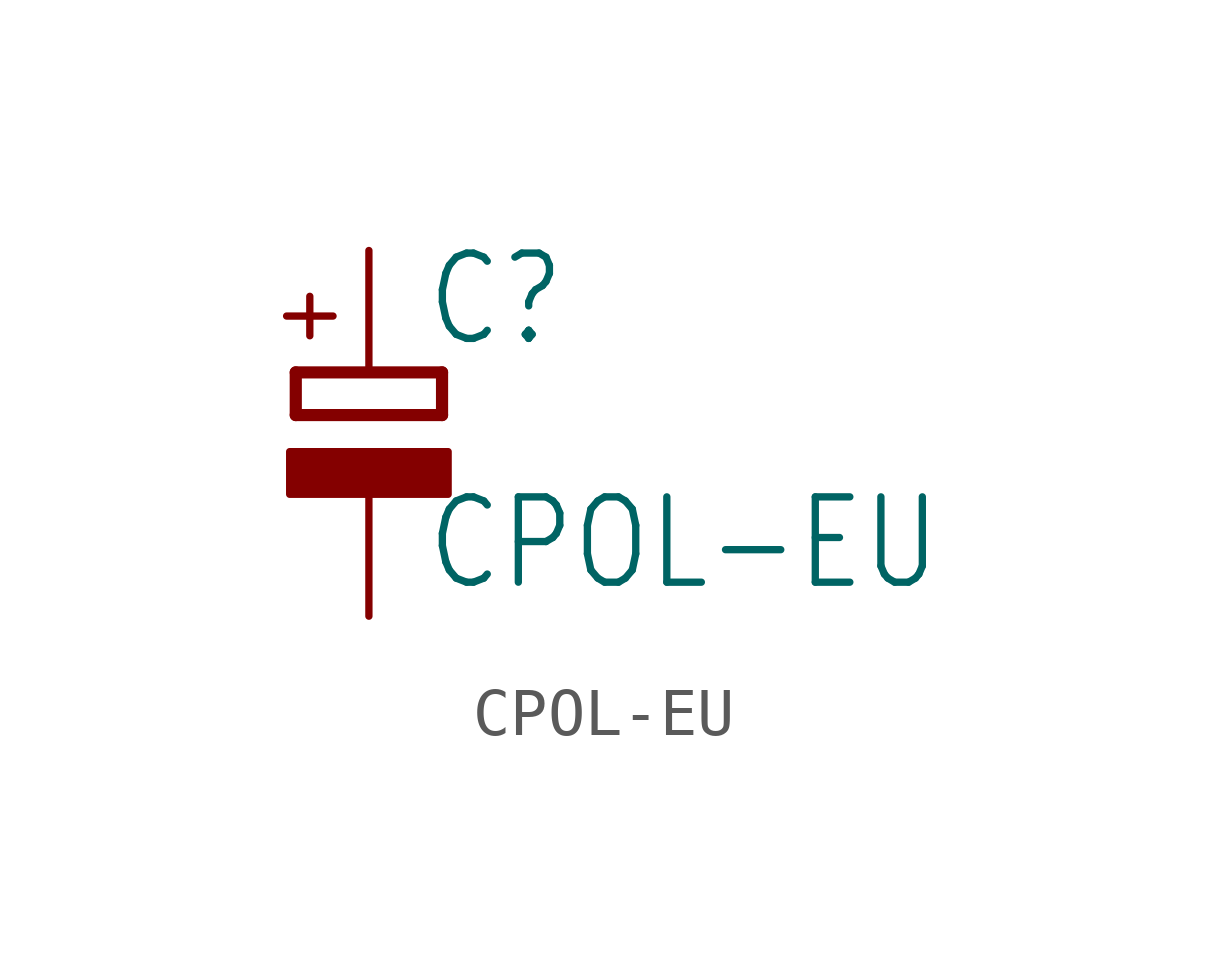
<source format=kicad_sym>
(kicad_symbol_lib
  (version 20211014)
  (generator kicad_symbol_editor)
  (symbol "CPOL-EU"
    (property "Reference" "C"
      (at 1.143 0.483 0)
      (effects (font (size 1.778 1.511)) (justify left bottom)))
    (property "Value" "CPOL-EU"
      (at 1.143 -4.597 0)
      (effects (font (size 1.778 1.511)) (justify left bottom)))
    (property "ki_locked" ""
      (at 0 0 0)
      (effects (font (size 1.27 1.27))))
    (symbol "CPOL-EU_1_0"
      (rectangle (start -1.651 -2.54) (end 1.651 -1.651) (stroke (width 0) (type default) (color 0 0 0 0)) (fill (type outline)))
      (polyline (pts (xy -1.524 -0.889) (xy 1.524 -0.889)) (stroke (width 0.254) (type default) (color 0 0 0 0)) (fill (type none)))
      (polyline (pts (xy -1.524 0) (xy -1.524 -0.889)) (stroke (width 0.254) (type default) (color 0 0 0 0)) (fill (type none)))
      (polyline (pts (xy -1.524 0) (xy 1.524 0)) (stroke (width 0.254) (type default) (color 0 0 0 0)) (fill (type none)))
      (polyline (pts (xy 1.524 -0.889) (xy 1.524 0)) (stroke (width 0.254) (type default) (color 0 0 0 0)) (fill (type none)))
      (text "+" (at -0.584 0.406 900) (effects (font (size 1.27 1.079)) (justify left bottom)))
      (pin passive line (at 0 2.54 270) (length 2.54) (name "+" (effects (font (size 0 0)))) (number "+" (effects (font (size 0 0)))))
      (pin passive line (at 0 -5.08 90) (length 2.54) (name "-" (effects (font (size 0 0)))) (number "-" (effects (font (size 0 0))))))))
</source>
